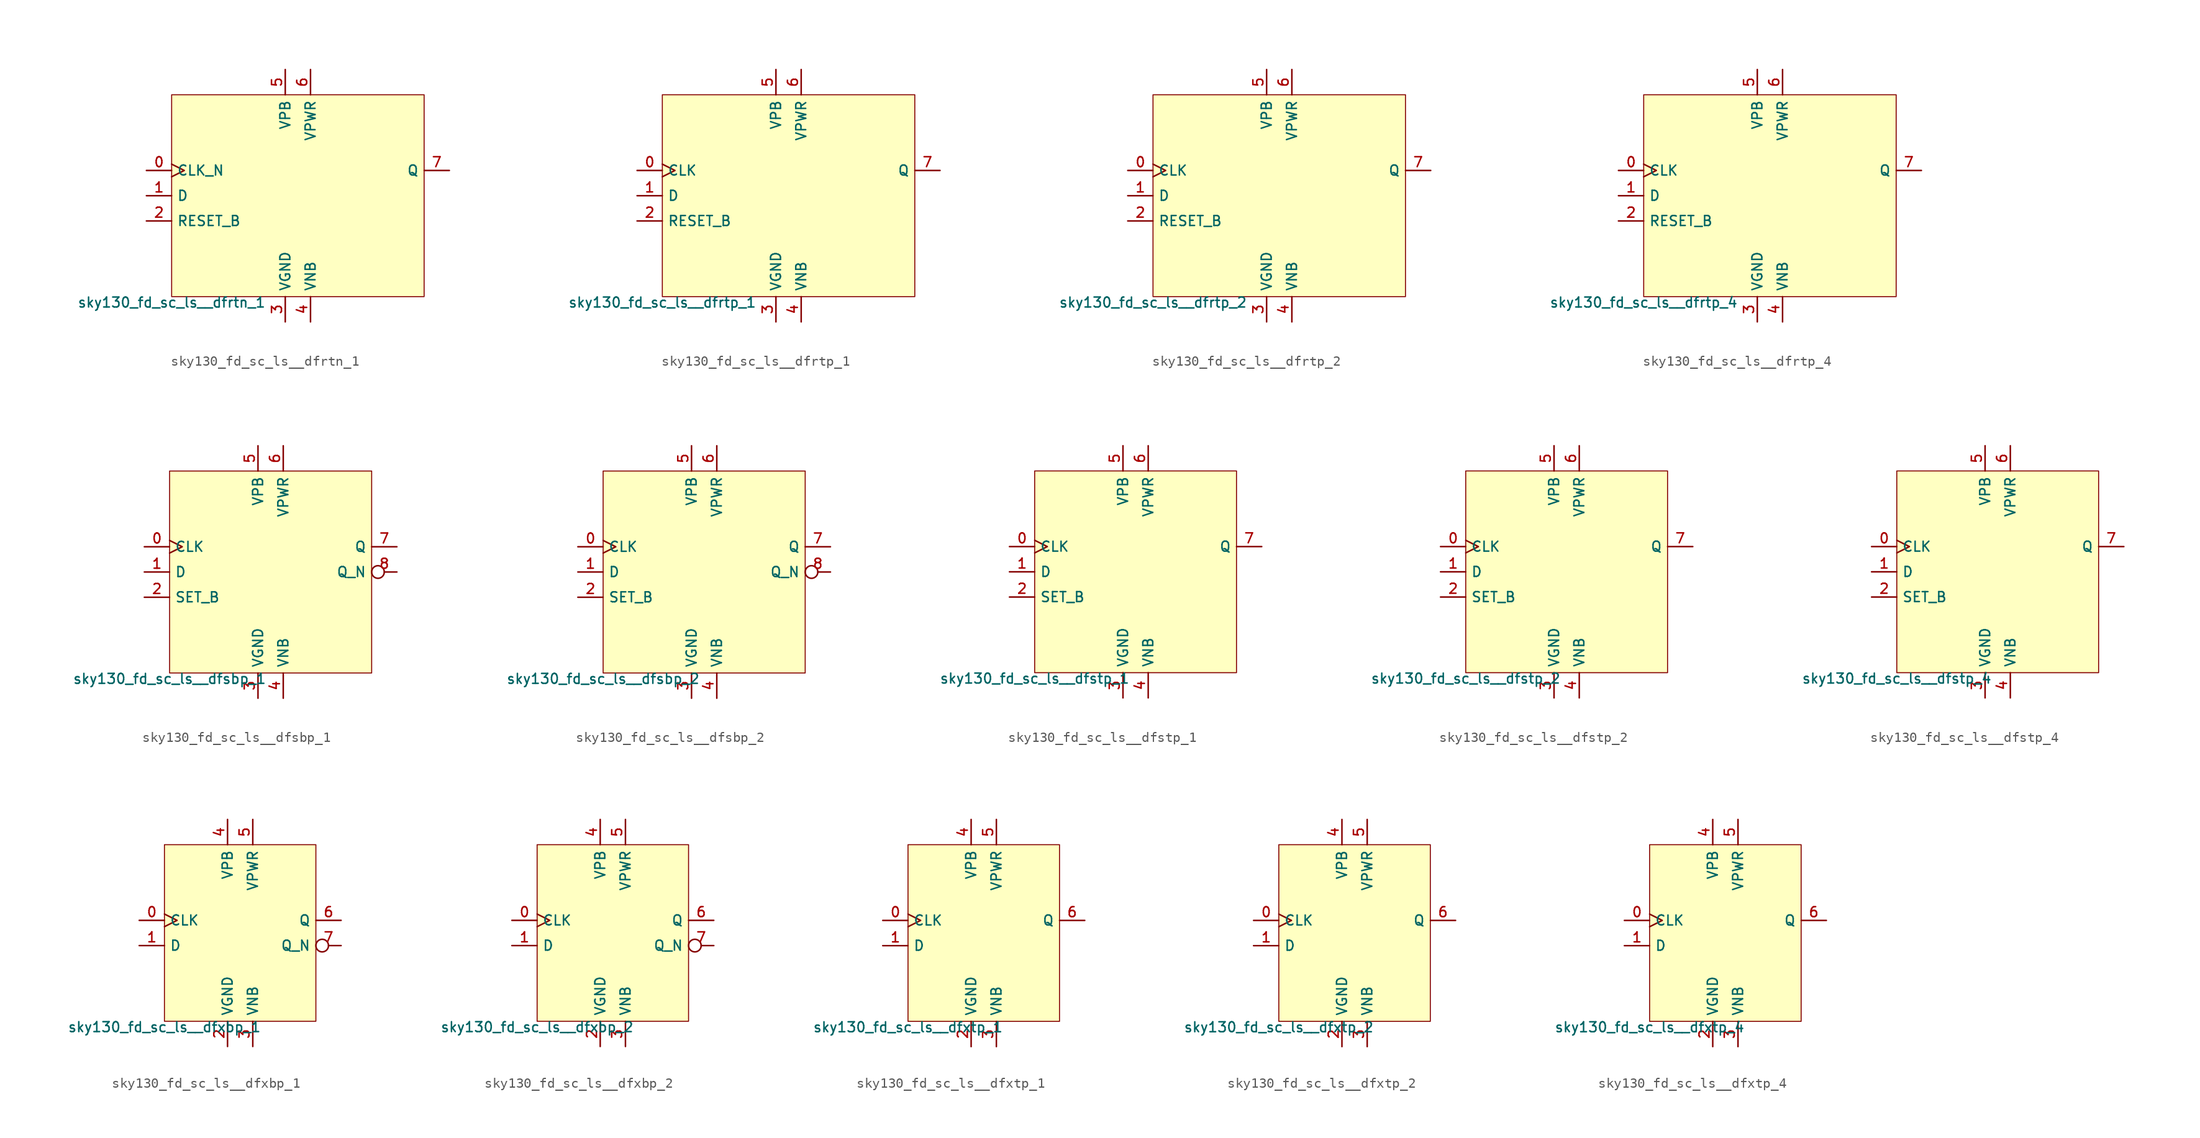
<source format=kicad_sym>
(kicad_symbol_lib
  (version 20211014)
  (generator lef2kicad_sym)
  (symbol "sky130_fd_sc_ls__dfrtn_1"
    (property "Reference" "X"
      (at 0 0 0)
      (effects (font (size 1 1)) hide))
    (property "Value" "sky130_fd_sc_ls__dfrtn_1"
      (at -12.7 -10.16 0)
      (effects (font (size 1 1)) (justify top)))
    (rectangle
      (start -12.7 -10.16)
      (end 12.7 10.16)
      (stroke (width 0.1) (type solid) (color 0 0 0 0))
      (fill (type background)))
    (pin input clock
      (at -15.24 2.54 0)
      (length 2.54)
      (name "CLK_N" (effects (font (size 1 1)) hide))
      (number "0" (effects (font (size 1 1)) hide)))
    (pin input line
      (at -15.24 0.0 0)
      (length 2.54)
      (name "D" (effects (font (size 1 1)) hide))
      (number "1" (effects (font (size 1 1)) hide)))
    (pin input line
      (at -15.24 -2.54 0)
      (length 2.54)
      (name "RESET_B" (effects (font (size 1 1)) hide))
      (number "2" (effects (font (size 1 1)) hide)))
    (pin power_in line
      (at -1.27 -12.7 90)
      (length 2.54)
      (name "VGND" (effects (font (size 1 1)) hide))
      (number "3" (effects (font (size 1 1)) hide)))
    (pin power_in line
      (at 1.27 -12.7 90)
      (length 2.54)
      (name "VNB" (effects (font (size 1 1)) hide))
      (number "4" (effects (font (size 1 1)) hide)))
    (pin power_in line
      (at -1.27 12.7 270)
      (length 2.54)
      (name "VPB" (effects (font (size 1 1)) hide))
      (number "5" (effects (font (size 1 1)) hide)))
    (pin power_in line
      (at 1.27 12.7 270)
      (length 2.54)
      (name "VPWR" (effects (font (size 1 1)) hide))
      (number "6" (effects (font (size 1 1)) hide)))
    (pin output line
      (at 15.24 2.54 180)
      (length 2.54)
      (name "Q" (effects (font (size 1 1)) hide))
      (number "7" (effects (font (size 1 1)) hide))))
  (symbol "sky130_fd_sc_ls__dfrtp_1"
    (property "Reference" "X"
      (at 0 0 0)
      (effects (font (size 1 1)) hide))
    (property "Value" "sky130_fd_sc_ls__dfrtp_1"
      (at -12.7 -10.16 0)
      (effects (font (size 1 1)) (justify top)))
    (rectangle
      (start -12.7 -10.16)
      (end 12.7 10.16)
      (stroke (width 0.1) (type solid) (color 0 0 0 0))
      (fill (type background)))
    (pin input clock
      (at -15.24 2.54 0)
      (length 2.54)
      (name "CLK" (effects (font (size 1 1)) hide))
      (number "0" (effects (font (size 1 1)) hide)))
    (pin input line
      (at -15.24 0.0 0)
      (length 2.54)
      (name "D" (effects (font (size 1 1)) hide))
      (number "1" (effects (font (size 1 1)) hide)))
    (pin input line
      (at -15.24 -2.54 0)
      (length 2.54)
      (name "RESET_B" (effects (font (size 1 1)) hide))
      (number "2" (effects (font (size 1 1)) hide)))
    (pin power_in line
      (at -1.27 -12.7 90)
      (length 2.54)
      (name "VGND" (effects (font (size 1 1)) hide))
      (number "3" (effects (font (size 1 1)) hide)))
    (pin power_in line
      (at 1.27 -12.7 90)
      (length 2.54)
      (name "VNB" (effects (font (size 1 1)) hide))
      (number "4" (effects (font (size 1 1)) hide)))
    (pin power_in line
      (at -1.27 12.7 270)
      (length 2.54)
      (name "VPB" (effects (font (size 1 1)) hide))
      (number "5" (effects (font (size 1 1)) hide)))
    (pin power_in line
      (at 1.27 12.7 270)
      (length 2.54)
      (name "VPWR" (effects (font (size 1 1)) hide))
      (number "6" (effects (font (size 1 1)) hide)))
    (pin output line
      (at 15.24 2.54 180)
      (length 2.54)
      (name "Q" (effects (font (size 1 1)) hide))
      (number "7" (effects (font (size 1 1)) hide))))
  (symbol "sky130_fd_sc_ls__dfrtp_2"
    (property "Reference" "X"
      (at 0 0 0)
      (effects (font (size 1 1)) hide))
    (property "Value" "sky130_fd_sc_ls__dfrtp_2"
      (at -12.7 -10.16 0)
      (effects (font (size 1 1)) (justify top)))
    (rectangle
      (start -12.7 -10.16)
      (end 12.7 10.16)
      (stroke (width 0.1) (type solid) (color 0 0 0 0))
      (fill (type background)))
    (pin input clock
      (at -15.24 2.54 0)
      (length 2.54)
      (name "CLK" (effects (font (size 1 1)) hide))
      (number "0" (effects (font (size 1 1)) hide)))
    (pin input line
      (at -15.24 0.0 0)
      (length 2.54)
      (name "D" (effects (font (size 1 1)) hide))
      (number "1" (effects (font (size 1 1)) hide)))
    (pin input line
      (at -15.24 -2.54 0)
      (length 2.54)
      (name "RESET_B" (effects (font (size 1 1)) hide))
      (number "2" (effects (font (size 1 1)) hide)))
    (pin power_in line
      (at -1.27 -12.7 90)
      (length 2.54)
      (name "VGND" (effects (font (size 1 1)) hide))
      (number "3" (effects (font (size 1 1)) hide)))
    (pin power_in line
      (at 1.27 -12.7 90)
      (length 2.54)
      (name "VNB" (effects (font (size 1 1)) hide))
      (number "4" (effects (font (size 1 1)) hide)))
    (pin power_in line
      (at -1.27 12.7 270)
      (length 2.54)
      (name "VPB" (effects (font (size 1 1)) hide))
      (number "5" (effects (font (size 1 1)) hide)))
    (pin power_in line
      (at 1.27 12.7 270)
      (length 2.54)
      (name "VPWR" (effects (font (size 1 1)) hide))
      (number "6" (effects (font (size 1 1)) hide)))
    (pin output line
      (at 15.24 2.54 180)
      (length 2.54)
      (name "Q" (effects (font (size 1 1)) hide))
      (number "7" (effects (font (size 1 1)) hide))))
  (symbol "sky130_fd_sc_ls__dfrtp_4"
    (property "Reference" "X"
      (at 0 0 0)
      (effects (font (size 1 1)) hide))
    (property "Value" "sky130_fd_sc_ls__dfrtp_4"
      (at -12.7 -10.16 0)
      (effects (font (size 1 1)) (justify top)))
    (rectangle
      (start -12.7 -10.16)
      (end 12.7 10.16)
      (stroke (width 0.1) (type solid) (color 0 0 0 0))
      (fill (type background)))
    (pin input clock
      (at -15.24 2.54 0)
      (length 2.54)
      (name "CLK" (effects (font (size 1 1)) hide))
      (number "0" (effects (font (size 1 1)) hide)))
    (pin input line
      (at -15.24 0.0 0)
      (length 2.54)
      (name "D" (effects (font (size 1 1)) hide))
      (number "1" (effects (font (size 1 1)) hide)))
    (pin input line
      (at -15.24 -2.54 0)
      (length 2.54)
      (name "RESET_B" (effects (font (size 1 1)) hide))
      (number "2" (effects (font (size 1 1)) hide)))
    (pin power_in line
      (at -1.27 -12.7 90)
      (length 2.54)
      (name "VGND" (effects (font (size 1 1)) hide))
      (number "3" (effects (font (size 1 1)) hide)))
    (pin power_in line
      (at 1.27 -12.7 90)
      (length 2.54)
      (name "VNB" (effects (font (size 1 1)) hide))
      (number "4" (effects (font (size 1 1)) hide)))
    (pin power_in line
      (at -1.27 12.7 270)
      (length 2.54)
      (name "VPB" (effects (font (size 1 1)) hide))
      (number "5" (effects (font (size 1 1)) hide)))
    (pin power_in line
      (at 1.27 12.7 270)
      (length 2.54)
      (name "VPWR" (effects (font (size 1 1)) hide))
      (number "6" (effects (font (size 1 1)) hide)))
    (pin output line
      (at 15.24 2.54 180)
      (length 2.54)
      (name "Q" (effects (font (size 1 1)) hide))
      (number "7" (effects (font (size 1 1)) hide))))
  (symbol "sky130_fd_sc_ls__dfsbp_1"
    (property "Reference" "X"
      (at 0 0 0)
      (effects (font (size 1 1)) hide))
    (property "Value" "sky130_fd_sc_ls__dfsbp_1"
      (at -10.16 -10.16 0)
      (effects (font (size 1 1)) (justify top)))
    (rectangle
      (start -10.16 -10.16)
      (end 10.16 10.16)
      (stroke (width 0.1) (type solid) (color 0 0 0 0))
      (fill (type background)))
    (pin input clock
      (at -12.7 2.54 0)
      (length 2.54)
      (name "CLK" (effects (font (size 1 1)) hide))
      (number "0" (effects (font (size 1 1)) hide)))
    (pin input line
      (at -12.7 0.0 0)
      (length 2.54)
      (name "D" (effects (font (size 1 1)) hide))
      (number "1" (effects (font (size 1 1)) hide)))
    (pin input line
      (at -12.7 -2.54 0)
      (length 2.54)
      (name "SET_B" (effects (font (size 1 1)) hide))
      (number "2" (effects (font (size 1 1)) hide)))
    (pin power_in line
      (at -1.27 -12.7 90)
      (length 2.54)
      (name "VGND" (effects (font (size 1 1)) hide))
      (number "3" (effects (font (size 1 1)) hide)))
    (pin power_in line
      (at 1.27 -12.7 90)
      (length 2.54)
      (name "VNB" (effects (font (size 1 1)) hide))
      (number "4" (effects (font (size 1 1)) hide)))
    (pin power_in line
      (at -1.27 12.7 270)
      (length 2.54)
      (name "VPB" (effects (font (size 1 1)) hide))
      (number "5" (effects (font (size 1 1)) hide)))
    (pin power_in line
      (at 1.27 12.7 270)
      (length 2.54)
      (name "VPWR" (effects (font (size 1 1)) hide))
      (number "6" (effects (font (size 1 1)) hide)))
    (pin output line
      (at 12.7 2.54 180)
      (length 2.54)
      (name "Q" (effects (font (size 1 1)) hide))
      (number "7" (effects (font (size 1 1)) hide)))
    (pin output inverted
      (at 12.7 0.0 180)
      (length 2.54)
      (name "Q_N" (effects (font (size 1 1)) hide))
      (number "8" (effects (font (size 1 1)) hide))))
  (symbol "sky130_fd_sc_ls__dfsbp_2"
    (property "Reference" "X"
      (at 0 0 0)
      (effects (font (size 1 1)) hide))
    (property "Value" "sky130_fd_sc_ls__dfsbp_2"
      (at -10.16 -10.16 0)
      (effects (font (size 1 1)) (justify top)))
    (rectangle
      (start -10.16 -10.16)
      (end 10.16 10.16)
      (stroke (width 0.1) (type solid) (color 0 0 0 0))
      (fill (type background)))
    (pin input clock
      (at -12.7 2.54 0)
      (length 2.54)
      (name "CLK" (effects (font (size 1 1)) hide))
      (number "0" (effects (font (size 1 1)) hide)))
    (pin input line
      (at -12.7 0.0 0)
      (length 2.54)
      (name "D" (effects (font (size 1 1)) hide))
      (number "1" (effects (font (size 1 1)) hide)))
    (pin input line
      (at -12.7 -2.54 0)
      (length 2.54)
      (name "SET_B" (effects (font (size 1 1)) hide))
      (number "2" (effects (font (size 1 1)) hide)))
    (pin power_in line
      (at -1.27 -12.7 90)
      (length 2.54)
      (name "VGND" (effects (font (size 1 1)) hide))
      (number "3" (effects (font (size 1 1)) hide)))
    (pin power_in line
      (at 1.27 -12.7 90)
      (length 2.54)
      (name "VNB" (effects (font (size 1 1)) hide))
      (number "4" (effects (font (size 1 1)) hide)))
    (pin power_in line
      (at -1.27 12.7 270)
      (length 2.54)
      (name "VPB" (effects (font (size 1 1)) hide))
      (number "5" (effects (font (size 1 1)) hide)))
    (pin power_in line
      (at 1.27 12.7 270)
      (length 2.54)
      (name "VPWR" (effects (font (size 1 1)) hide))
      (number "6" (effects (font (size 1 1)) hide)))
    (pin output line
      (at 12.7 2.54 180)
      (length 2.54)
      (name "Q" (effects (font (size 1 1)) hide))
      (number "7" (effects (font (size 1 1)) hide)))
    (pin output inverted
      (at 12.7 0.0 180)
      (length 2.54)
      (name "Q_N" (effects (font (size 1 1)) hide))
      (number "8" (effects (font (size 1 1)) hide))))
  (symbol "sky130_fd_sc_ls__dfstp_1"
    (property "Reference" "X"
      (at 0 0 0)
      (effects (font (size 1 1)) hide))
    (property "Value" "sky130_fd_sc_ls__dfstp_1"
      (at -10.16 -10.16 0)
      (effects (font (size 1 1)) (justify top)))
    (rectangle
      (start -10.16 -10.16)
      (end 10.16 10.16)
      (stroke (width 0.1) (type solid) (color 0 0 0 0))
      (fill (type background)))
    (pin input clock
      (at -12.7 2.54 0)
      (length 2.54)
      (name "CLK" (effects (font (size 1 1)) hide))
      (number "0" (effects (font (size 1 1)) hide)))
    (pin input line
      (at -12.7 0.0 0)
      (length 2.54)
      (name "D" (effects (font (size 1 1)) hide))
      (number "1" (effects (font (size 1 1)) hide)))
    (pin input line
      (at -12.7 -2.54 0)
      (length 2.54)
      (name "SET_B" (effects (font (size 1 1)) hide))
      (number "2" (effects (font (size 1 1)) hide)))
    (pin power_in line
      (at -1.27 -12.7 90)
      (length 2.54)
      (name "VGND" (effects (font (size 1 1)) hide))
      (number "3" (effects (font (size 1 1)) hide)))
    (pin power_in line
      (at 1.27 -12.7 90)
      (length 2.54)
      (name "VNB" (effects (font (size 1 1)) hide))
      (number "4" (effects (font (size 1 1)) hide)))
    (pin power_in line
      (at -1.27 12.7 270)
      (length 2.54)
      (name "VPB" (effects (font (size 1 1)) hide))
      (number "5" (effects (font (size 1 1)) hide)))
    (pin power_in line
      (at 1.27 12.7 270)
      (length 2.54)
      (name "VPWR" (effects (font (size 1 1)) hide))
      (number "6" (effects (font (size 1 1)) hide)))
    (pin output line
      (at 12.7 2.54 180)
      (length 2.54)
      (name "Q" (effects (font (size 1 1)) hide))
      (number "7" (effects (font (size 1 1)) hide))))
  (symbol "sky130_fd_sc_ls__dfstp_2"
    (property "Reference" "X"
      (at 0 0 0)
      (effects (font (size 1 1)) hide))
    (property "Value" "sky130_fd_sc_ls__dfstp_2"
      (at -10.16 -10.16 0)
      (effects (font (size 1 1)) (justify top)))
    (rectangle
      (start -10.16 -10.16)
      (end 10.16 10.16)
      (stroke (width 0.1) (type solid) (color 0 0 0 0))
      (fill (type background)))
    (pin input clock
      (at -12.7 2.54 0)
      (length 2.54)
      (name "CLK" (effects (font (size 1 1)) hide))
      (number "0" (effects (font (size 1 1)) hide)))
    (pin input line
      (at -12.7 0.0 0)
      (length 2.54)
      (name "D" (effects (font (size 1 1)) hide))
      (number "1" (effects (font (size 1 1)) hide)))
    (pin input line
      (at -12.7 -2.54 0)
      (length 2.54)
      (name "SET_B" (effects (font (size 1 1)) hide))
      (number "2" (effects (font (size 1 1)) hide)))
    (pin power_in line
      (at -1.27 -12.7 90)
      (length 2.54)
      (name "VGND" (effects (font (size 1 1)) hide))
      (number "3" (effects (font (size 1 1)) hide)))
    (pin power_in line
      (at 1.27 -12.7 90)
      (length 2.54)
      (name "VNB" (effects (font (size 1 1)) hide))
      (number "4" (effects (font (size 1 1)) hide)))
    (pin power_in line
      (at -1.27 12.7 270)
      (length 2.54)
      (name "VPB" (effects (font (size 1 1)) hide))
      (number "5" (effects (font (size 1 1)) hide)))
    (pin power_in line
      (at 1.27 12.7 270)
      (length 2.54)
      (name "VPWR" (effects (font (size 1 1)) hide))
      (number "6" (effects (font (size 1 1)) hide)))
    (pin output line
      (at 12.7 2.54 180)
      (length 2.54)
      (name "Q" (effects (font (size 1 1)) hide))
      (number "7" (effects (font (size 1 1)) hide))))
  (symbol "sky130_fd_sc_ls__dfstp_4"
    (property "Reference" "X"
      (at 0 0 0)
      (effects (font (size 1 1)) hide))
    (property "Value" "sky130_fd_sc_ls__dfstp_4"
      (at -10.16 -10.16 0)
      (effects (font (size 1 1)) (justify top)))
    (rectangle
      (start -10.16 -10.16)
      (end 10.16 10.16)
      (stroke (width 0.1) (type solid) (color 0 0 0 0))
      (fill (type background)))
    (pin input clock
      (at -12.7 2.54 0)
      (length 2.54)
      (name "CLK" (effects (font (size 1 1)) hide))
      (number "0" (effects (font (size 1 1)) hide)))
    (pin input line
      (at -12.7 0.0 0)
      (length 2.54)
      (name "D" (effects (font (size 1 1)) hide))
      (number "1" (effects (font (size 1 1)) hide)))
    (pin input line
      (at -12.7 -2.54 0)
      (length 2.54)
      (name "SET_B" (effects (font (size 1 1)) hide))
      (number "2" (effects (font (size 1 1)) hide)))
    (pin power_in line
      (at -1.27 -12.7 90)
      (length 2.54)
      (name "VGND" (effects (font (size 1 1)) hide))
      (number "3" (effects (font (size 1 1)) hide)))
    (pin power_in line
      (at 1.27 -12.7 90)
      (length 2.54)
      (name "VNB" (effects (font (size 1 1)) hide))
      (number "4" (effects (font (size 1 1)) hide)))
    (pin power_in line
      (at -1.27 12.7 270)
      (length 2.54)
      (name "VPB" (effects (font (size 1 1)) hide))
      (number "5" (effects (font (size 1 1)) hide)))
    (pin power_in line
      (at 1.27 12.7 270)
      (length 2.54)
      (name "VPWR" (effects (font (size 1 1)) hide))
      (number "6" (effects (font (size 1 1)) hide)))
    (pin output line
      (at 12.7 2.54 180)
      (length 2.54)
      (name "Q" (effects (font (size 1 1)) hide))
      (number "7" (effects (font (size 1 1)) hide))))
  (symbol "sky130_fd_sc_ls__dfxbp_1"
    (property "Reference" "X"
      (at 0 0 0)
      (effects (font (size 1 1)) hide))
    (property "Value" "sky130_fd_sc_ls__dfxbp_1"
      (at -7.62 -8.89 0)
      (effects (font (size 1 1)) (justify top)))
    (rectangle
      (start -7.62 -8.89)
      (end 7.62 8.89)
      (stroke (width 0.1) (type solid) (color 0 0 0 0))
      (fill (type background)))
    (pin input clock
      (at -10.16 1.27 0)
      (length 2.54)
      (name "CLK" (effects (font (size 1 1)) hide))
      (number "0" (effects (font (size 1 1)) hide)))
    (pin input line
      (at -10.16 -1.27 0)
      (length 2.54)
      (name "D" (effects (font (size 1 1)) hide))
      (number "1" (effects (font (size 1 1)) hide)))
    (pin power_in line
      (at -1.27 -11.43 90)
      (length 2.54)
      (name "VGND" (effects (font (size 1 1)) hide))
      (number "2" (effects (font (size 1 1)) hide)))
    (pin power_in line
      (at 1.27 -11.43 90)
      (length 2.54)
      (name "VNB" (effects (font (size 1 1)) hide))
      (number "3" (effects (font (size 1 1)) hide)))
    (pin power_in line
      (at -1.27 11.43 270)
      (length 2.54)
      (name "VPB" (effects (font (size 1 1)) hide))
      (number "4" (effects (font (size 1 1)) hide)))
    (pin power_in line
      (at 1.27 11.43 270)
      (length 2.54)
      (name "VPWR" (effects (font (size 1 1)) hide))
      (number "5" (effects (font (size 1 1)) hide)))
    (pin output line
      (at 10.16 1.27 180)
      (length 2.54)
      (name "Q" (effects (font (size 1 1)) hide))
      (number "6" (effects (font (size 1 1)) hide)))
    (pin output inverted
      (at 10.16 -1.27 180)
      (length 2.54)
      (name "Q_N" (effects (font (size 1 1)) hide))
      (number "7" (effects (font (size 1 1)) hide))))
  (symbol "sky130_fd_sc_ls__dfxbp_2"
    (property "Reference" "X"
      (at 0 0 0)
      (effects (font (size 1 1)) hide))
    (property "Value" "sky130_fd_sc_ls__dfxbp_2"
      (at -7.62 -8.89 0)
      (effects (font (size 1 1)) (justify top)))
    (rectangle
      (start -7.62 -8.89)
      (end 7.62 8.89)
      (stroke (width 0.1) (type solid) (color 0 0 0 0))
      (fill (type background)))
    (pin input clock
      (at -10.16 1.27 0)
      (length 2.54)
      (name "CLK" (effects (font (size 1 1)) hide))
      (number "0" (effects (font (size 1 1)) hide)))
    (pin input line
      (at -10.16 -1.27 0)
      (length 2.54)
      (name "D" (effects (font (size 1 1)) hide))
      (number "1" (effects (font (size 1 1)) hide)))
    (pin power_in line
      (at -1.27 -11.43 90)
      (length 2.54)
      (name "VGND" (effects (font (size 1 1)) hide))
      (number "2" (effects (font (size 1 1)) hide)))
    (pin power_in line
      (at 1.27 -11.43 90)
      (length 2.54)
      (name "VNB" (effects (font (size 1 1)) hide))
      (number "3" (effects (font (size 1 1)) hide)))
    (pin power_in line
      (at -1.27 11.43 270)
      (length 2.54)
      (name "VPB" (effects (font (size 1 1)) hide))
      (number "4" (effects (font (size 1 1)) hide)))
    (pin power_in line
      (at 1.27 11.43 270)
      (length 2.54)
      (name "VPWR" (effects (font (size 1 1)) hide))
      (number "5" (effects (font (size 1 1)) hide)))
    (pin output line
      (at 10.16 1.27 180)
      (length 2.54)
      (name "Q" (effects (font (size 1 1)) hide))
      (number "6" (effects (font (size 1 1)) hide)))
    (pin output inverted
      (at 10.16 -1.27 180)
      (length 2.54)
      (name "Q_N" (effects (font (size 1 1)) hide))
      (number "7" (effects (font (size 1 1)) hide))))
  (symbol "sky130_fd_sc_ls__dfxtp_1"
    (property "Reference" "X"
      (at 0 0 0)
      (effects (font (size 1 1)) hide))
    (property "Value" "sky130_fd_sc_ls__dfxtp_1"
      (at -7.62 -8.89 0)
      (effects (font (size 1 1)) (justify top)))
    (rectangle
      (start -7.62 -8.89)
      (end 7.62 8.89)
      (stroke (width 0.1) (type solid) (color 0 0 0 0))
      (fill (type background)))
    (pin input clock
      (at -10.16 1.27 0)
      (length 2.54)
      (name "CLK" (effects (font (size 1 1)) hide))
      (number "0" (effects (font (size 1 1)) hide)))
    (pin input line
      (at -10.16 -1.27 0)
      (length 2.54)
      (name "D" (effects (font (size 1 1)) hide))
      (number "1" (effects (font (size 1 1)) hide)))
    (pin power_in line
      (at -1.27 -11.43 90)
      (length 2.54)
      (name "VGND" (effects (font (size 1 1)) hide))
      (number "2" (effects (font (size 1 1)) hide)))
    (pin power_in line
      (at 1.27 -11.43 90)
      (length 2.54)
      (name "VNB" (effects (font (size 1 1)) hide))
      (number "3" (effects (font (size 1 1)) hide)))
    (pin power_in line
      (at -1.27 11.43 270)
      (length 2.54)
      (name "VPB" (effects (font (size 1 1)) hide))
      (number "4" (effects (font (size 1 1)) hide)))
    (pin power_in line
      (at 1.27 11.43 270)
      (length 2.54)
      (name "VPWR" (effects (font (size 1 1)) hide))
      (number "5" (effects (font (size 1 1)) hide)))
    (pin output line
      (at 10.16 1.27 180)
      (length 2.54)
      (name "Q" (effects (font (size 1 1)) hide))
      (number "6" (effects (font (size 1 1)) hide))))
  (symbol "sky130_fd_sc_ls__dfxtp_2"
    (property "Reference" "X"
      (at 0 0 0)
      (effects (font (size 1 1)) hide))
    (property "Value" "sky130_fd_sc_ls__dfxtp_2"
      (at -7.62 -8.89 0)
      (effects (font (size 1 1)) (justify top)))
    (rectangle
      (start -7.62 -8.89)
      (end 7.62 8.89)
      (stroke (width 0.1) (type solid) (color 0 0 0 0))
      (fill (type background)))
    (pin input clock
      (at -10.16 1.27 0)
      (length 2.54)
      (name "CLK" (effects (font (size 1 1)) hide))
      (number "0" (effects (font (size 1 1)) hide)))
    (pin input line
      (at -10.16 -1.27 0)
      (length 2.54)
      (name "D" (effects (font (size 1 1)) hide))
      (number "1" (effects (font (size 1 1)) hide)))
    (pin power_in line
      (at -1.27 -11.43 90)
      (length 2.54)
      (name "VGND" (effects (font (size 1 1)) hide))
      (number "2" (effects (font (size 1 1)) hide)))
    (pin power_in line
      (at 1.27 -11.43 90)
      (length 2.54)
      (name "VNB" (effects (font (size 1 1)) hide))
      (number "3" (effects (font (size 1 1)) hide)))
    (pin power_in line
      (at -1.27 11.43 270)
      (length 2.54)
      (name "VPB" (effects (font (size 1 1)) hide))
      (number "4" (effects (font (size 1 1)) hide)))
    (pin power_in line
      (at 1.27 11.43 270)
      (length 2.54)
      (name "VPWR" (effects (font (size 1 1)) hide))
      (number "5" (effects (font (size 1 1)) hide)))
    (pin output line
      (at 10.16 1.27 180)
      (length 2.54)
      (name "Q" (effects (font (size 1 1)) hide))
      (number "6" (effects (font (size 1 1)) hide))))
  (symbol "sky130_fd_sc_ls__dfxtp_4"
    (property "Reference" "X"
      (at 0 0 0)
      (effects (font (size 1 1)) hide))
    (property "Value" "sky130_fd_sc_ls__dfxtp_4"
      (at -7.62 -8.89 0)
      (effects (font (size 1 1)) (justify top)))
    (rectangle
      (start -7.62 -8.89)
      (end 7.62 8.89)
      (stroke (width 0.1) (type solid) (color 0 0 0 0))
      (fill (type background)))
    (pin input clock
      (at -10.16 1.27 0)
      (length 2.54)
      (name "CLK" (effects (font (size 1 1)) hide))
      (number "0" (effects (font (size 1 1)) hide)))
    (pin input line
      (at -10.16 -1.27 0)
      (length 2.54)
      (name "D" (effects (font (size 1 1)) hide))
      (number "1" (effects (font (size 1 1)) hide)))
    (pin power_in line
      (at -1.27 -11.43 90)
      (length 2.54)
      (name "VGND" (effects (font (size 1 1)) hide))
      (number "2" (effects (font (size 1 1)) hide)))
    (pin power_in line
      (at 1.27 -11.43 90)
      (length 2.54)
      (name "VNB" (effects (font (size 1 1)) hide))
      (number "3" (effects (font (size 1 1)) hide)))
    (pin power_in line
      (at -1.27 11.43 270)
      (length 2.54)
      (name "VPB" (effects (font (size 1 1)) hide))
      (number "4" (effects (font (size 1 1)) hide)))
    (pin power_in line
      (at 1.27 11.43 270)
      (length 2.54)
      (name "VPWR" (effects (font (size 1 1)) hide))
      (number "5" (effects (font (size 1 1)) hide)))
    (pin output line
      (at 10.16 1.27 180)
      (length 2.54)
      (name "Q" (effects (font (size 1 1)) hide))
      (number "6" (effects (font (size 1 1)) hide)))))
</source>
